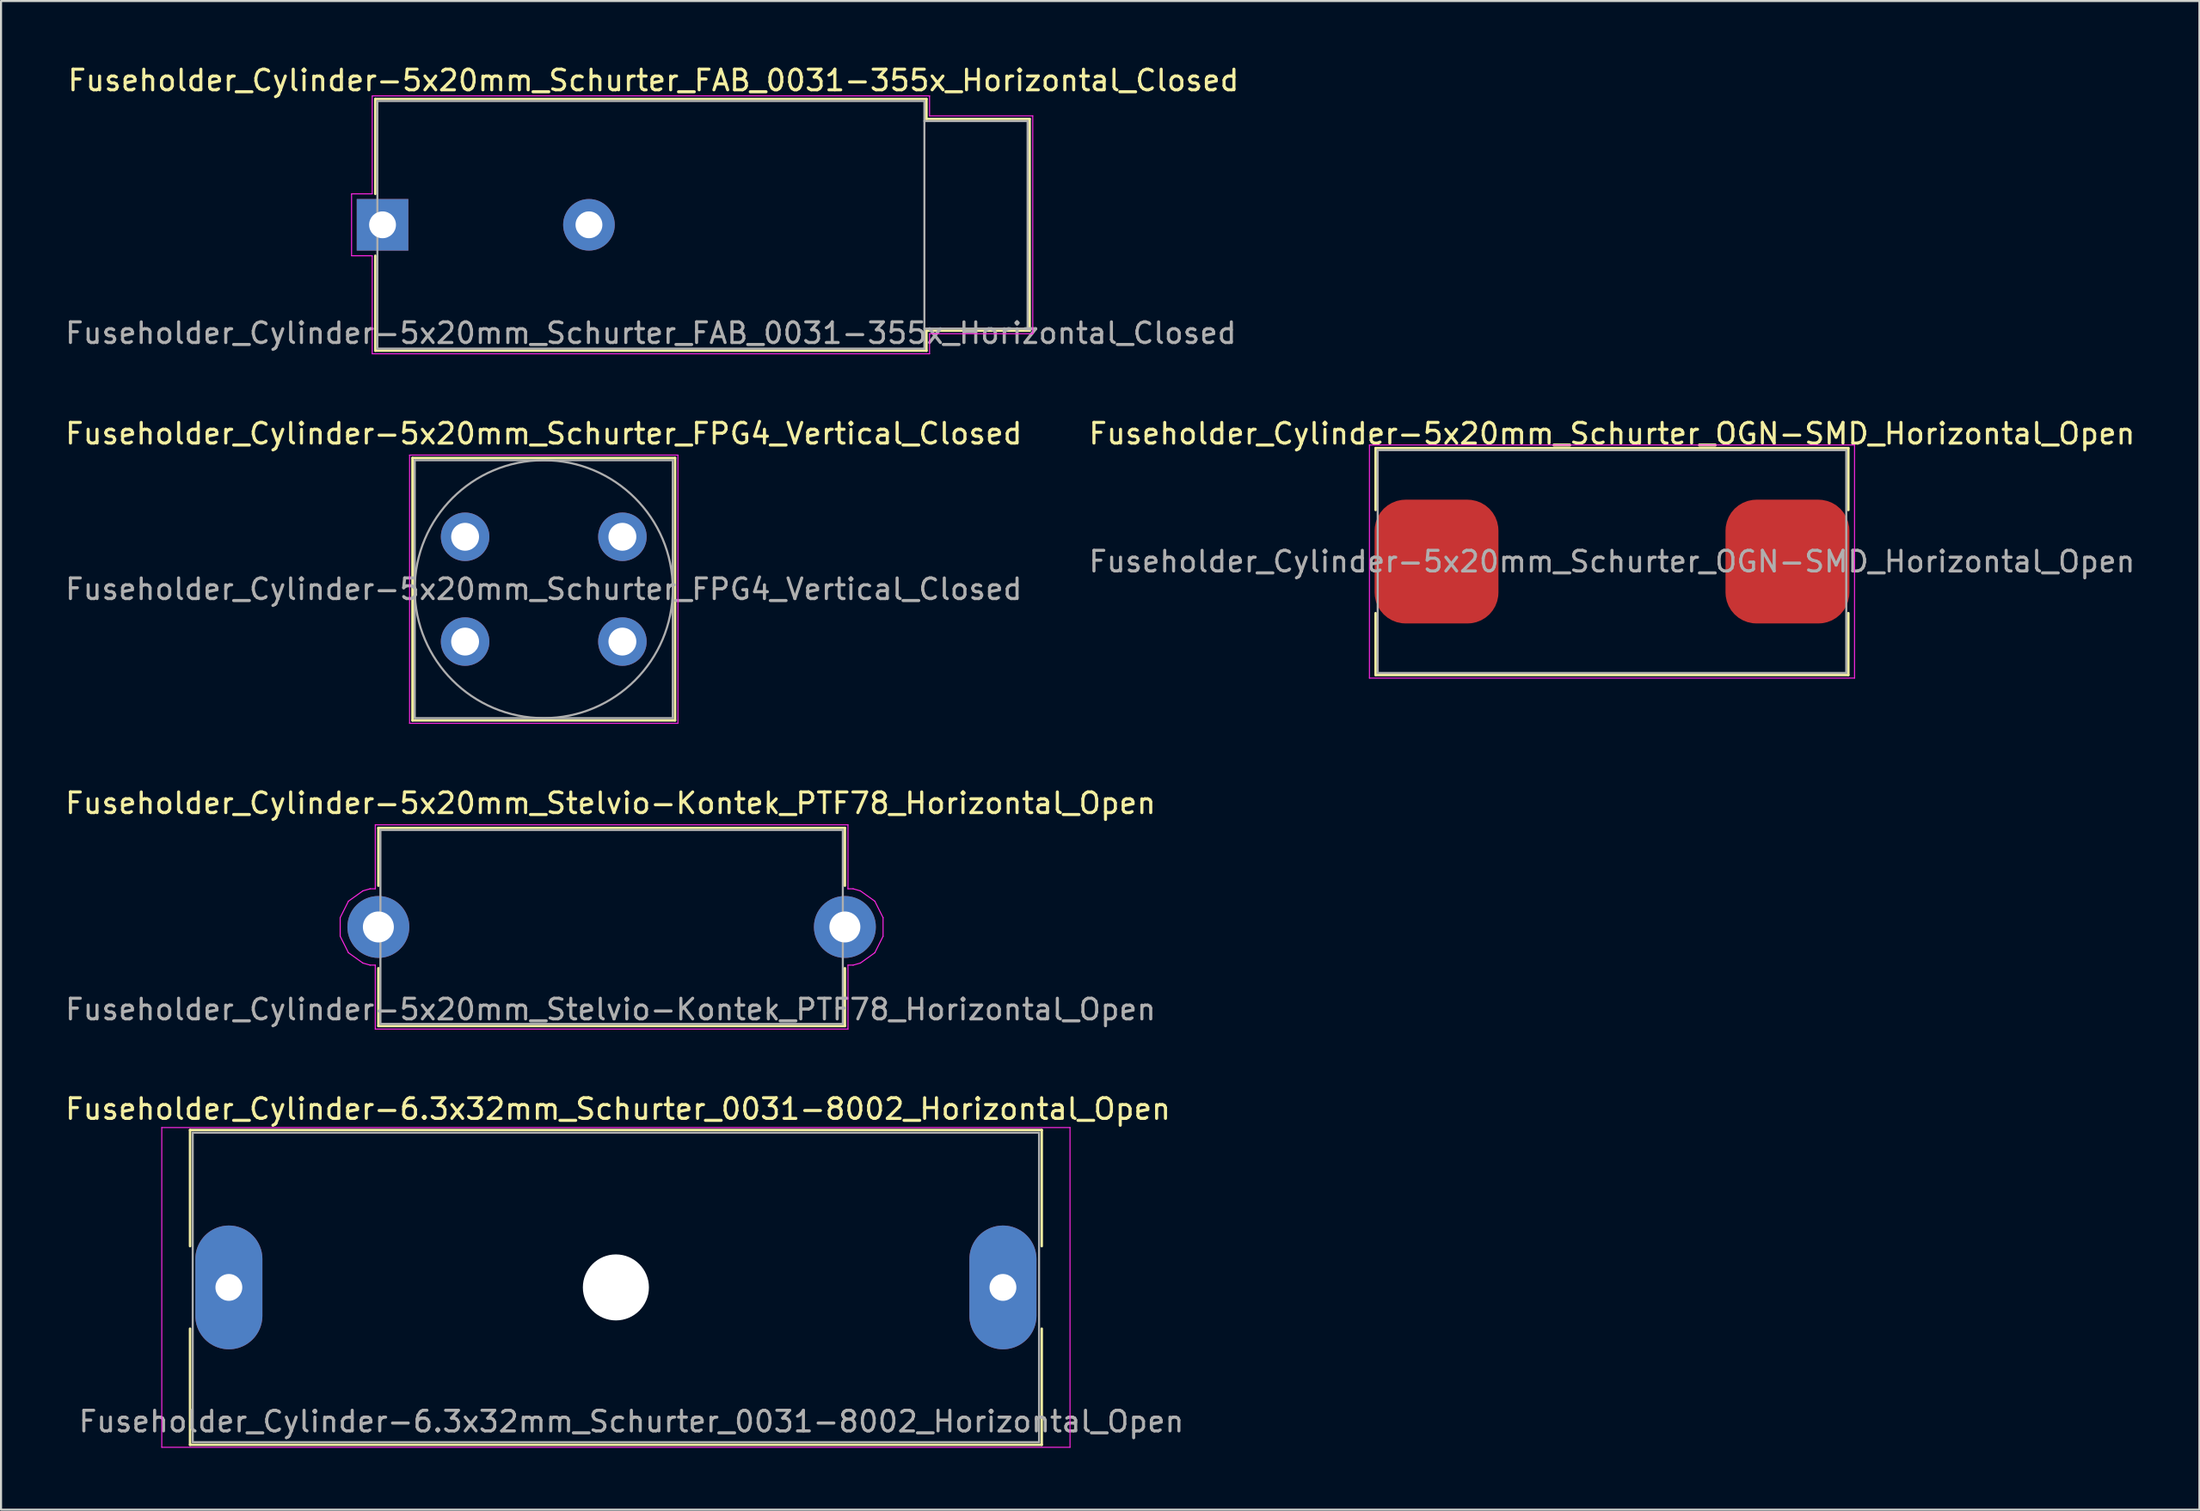
<source format=kicad_pcb>
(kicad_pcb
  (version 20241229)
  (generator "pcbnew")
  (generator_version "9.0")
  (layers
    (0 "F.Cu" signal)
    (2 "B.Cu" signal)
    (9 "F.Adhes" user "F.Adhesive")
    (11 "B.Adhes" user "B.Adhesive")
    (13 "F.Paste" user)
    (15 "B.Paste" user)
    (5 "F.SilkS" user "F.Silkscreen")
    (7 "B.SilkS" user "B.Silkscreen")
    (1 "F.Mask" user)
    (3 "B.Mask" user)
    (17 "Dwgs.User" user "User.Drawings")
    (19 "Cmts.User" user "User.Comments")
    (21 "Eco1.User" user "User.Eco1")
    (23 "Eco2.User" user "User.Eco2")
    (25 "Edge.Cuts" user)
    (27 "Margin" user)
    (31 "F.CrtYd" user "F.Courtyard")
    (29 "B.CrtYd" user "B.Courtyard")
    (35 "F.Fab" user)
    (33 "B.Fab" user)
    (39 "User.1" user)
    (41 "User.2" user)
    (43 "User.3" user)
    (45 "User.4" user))
  (footprint "Fuseholder_Cylinder-5x20mm_Schurter_OGN-SMD_Horizontal_Open"
    (layer "F.Cu")
    (at 75.042 24.172)
    (property "Reference" "Fuseholder_Cylinder-5x20mm_Schurter_OGN-SMD_Horizontal_Open" (at 0 -6.2 0) (layer "F.SilkS") (effects (font (size 1 1) (thickness 0.15))))
    (attr smd)
    (fp_line (start -11.45 -5.5) (end -11.45 -2.5) (stroke (width 0.12) (type solid)) (layer "F.SilkS"))
    (fp_line (start -11.45 -5.5) (end 11.45 -5.5) (stroke (width 0.12) (type solid)) (layer "F.SilkS"))
    (fp_line (start -11.45 5.5) (end -11.45 2.5) (stroke (width 0.12) (type solid)) (layer "F.SilkS"))
    (fp_line (start -11.45 5.5) (end 11.45 5.5) (stroke (width 0.12) (type solid)) (layer "F.SilkS"))
    (fp_line (start 11.45 -5.5) (end 11.45 -2.5) (stroke (width 0.12) (type solid)) (layer "F.SilkS"))
    (fp_line (start 11.45 5.5) (end 11.45 2.5) (stroke (width 0.12) (type solid)) (layer "F.SilkS"))
    (fp_line (start -11.75 -5.65) (end 11.75 -5.65) (stroke (width 0.05) (type solid)) (layer "F.CrtYd"))
    (fp_line (start -11.75 5.65) (end -11.75 -5.65) (stroke (width 0.05) (type solid)) (layer "F.CrtYd"))
    (fp_line (start 11.75 5.65) (end -11.75 5.65) (stroke (width 0.05) (type solid)) (layer "F.CrtYd"))
    (fp_line (start 11.75 5.65) (end 11.75 -5.65) (stroke (width 0.05) (type solid)) (layer "F.CrtYd"))
    (fp_line (start -11.35 -5.4) (end -11.35 5.4) (stroke (width 0.1) (type solid)) (layer "F.Fab"))
    (fp_line (start -11.35 -5.4) (end 11.35 -5.4) (stroke (width 0.1) (type solid)) (layer "F.Fab"))
    (fp_line (start 11.35 -5.4) (end 11.35 5.4) (stroke (width 0.1) (type solid)) (layer "F.Fab"))
    (fp_line (start 11.35 5.4) (end -11.35 5.4) (stroke (width 0.1) (type solid)) (layer "F.Fab"))
    (fp_text user "${REFERENCE}" (at 0 0 0) (layer "F.Fab") (effects (font (size 1 1) (thickness 0.15))))
    (pad "1" smd roundrect (at -8.5 0) (size 6 6) (layers "F.Cu" "F.Mask" "F.Paste") (roundrect_rratio 0.25))
    (pad "2" smd roundrect (at 8.5 0) (size 6 6) (layers "F.Cu" "F.Mask" "F.Paste") (roundrect_rratio 0.25)))
  (footprint "Fuseholder_Cylinder-5x20mm_Schurter_FPG4_Vertical_Closed"
    (layer "F.Cu")
    (at 19.482 22.971)
    (property "Reference" "Fuseholder_Cylinder-5x20mm_Schurter_FPG4_Vertical_Closed" (at 3.81 -5 0) (layer "F.SilkS") (effects (font (size 1 1) (thickness 0.15))))
    (attr through_hole)
    (fp_line (start -2.55 -3.82) (end 10.17 -3.82) (stroke (width 0.12) (type solid)) (layer "F.SilkS"))
    (fp_line (start -2.55 8.9) (end -2.55 -3.82) (stroke (width 0.12) (type solid)) (layer "F.SilkS"))
    (fp_line (start 10.17 -3.82) (end 10.17 8.9) (stroke (width 0.12) (type solid)) (layer "F.SilkS"))
    (fp_line (start 10.17 8.9) (end -2.55 8.9) (stroke (width 0.12) (type solid)) (layer "F.SilkS"))
    (fp_line (start -2.69 -3.96) (end 10.31 -3.96) (stroke (width 0.05) (type solid)) (layer "F.CrtYd"))
    (fp_line (start -2.69 9.04) (end -2.69 -3.96) (stroke (width 0.05) (type solid)) (layer "F.CrtYd"))
    (fp_line (start 10.31 -3.96) (end 10.31 9.04) (stroke (width 0.05) (type solid)) (layer "F.CrtYd"))
    (fp_line (start 10.31 9.04) (end -2.69 9.04) (stroke (width 0.05) (type solid)) (layer "F.CrtYd"))
    (fp_line (start -2.44 -3.71) (end 10.06 -3.71) (stroke (width 0.1) (type solid)) (layer "F.Fab"))
    (fp_line (start -2.44 8.79) (end -2.44 -3.71) (stroke (width 0.1) (type solid)) (layer "F.Fab"))
    (fp_line (start 10.06 -3.71) (end 10.06 8.79) (stroke (width 0.1) (type solid)) (layer "F.Fab"))
    (fp_line (start 10.06 8.79) (end -2.44 8.79) (stroke (width 0.1) (type solid)) (layer "F.Fab"))
    (fp_circle (center 3.81 2.54) (end 10.06 2.54) (stroke (width 0.1) (type solid)) (fill no) (layer "F.Fab"))
    (fp_text user "${REFERENCE}" (at 3.81 2.54 0) (layer "F.Fab") (effects (font (size 1 1) (thickness 0.15))))
    (pad "1" thru_hole circle (at 0 0) (size 2.35 2.35) (drill 1.35) (layers "*.Cu" "*.Mask"))
    (pad "1" thru_hole circle (at 0 5.08) (size 2.35 2.35) (drill 1.35) (layers "*.Cu" "*.Mask"))
    (pad "2" thru_hole circle (at 7.62 0) (size 2.35 2.35) (drill 1.35) (layers "*.Cu" "*.Mask"))
    (pad "2" thru_hole circle (at 7.62 5.08) (size 2.35 2.35) (drill 1.35) (layers "*.Cu" "*.Mask")))
  (footprint "Fuseholder_Cylinder-5x20mm_Schurter_FAB_0031-355x_Horizontal_Closed"
    (layer "F.Cu")
    (at 15.482 7.848)
    (property "Reference" "Fuseholder_Cylinder-5x20mm_Schurter_FAB_0031-355x_Horizontal_Closed" (at 13.125 -7 0) (layer "F.SilkS") (effects (font (size 1 1) (thickness 0.15))))
    (attr through_hole)
    (fp_line (start -0.35 -6.1) (end -0.35 -1.5) (stroke (width 0.12) (type solid)) (layer "F.SilkS"))
    (fp_line (start -0.35 1.5) (end -0.35 6.1) (stroke (width 0.12) (type solid)) (layer "F.SilkS"))
    (fp_line (start -0.35 6.1) (end 26.35 6.1) (stroke (width 0.12) (type solid)) (layer "F.SilkS"))
    (fp_line (start 26.35 -6.1) (end -0.35 -6.1) (stroke (width 0.12) (type solid)) (layer "F.SilkS"))
    (fp_line (start 26.35 -5.13) (end 26.35 -6.1) (stroke (width 0.12) (type solid)) (layer "F.SilkS"))
    (fp_line (start 26.35 -5.13) (end 31.35 -5.13) (stroke (width 0.12) (type solid)) (layer "F.SilkS"))
    (fp_line (start 26.35 5.13) (end 26.35 6.1) (stroke (width 0.12) (type solid)) (layer "F.SilkS"))
    (fp_line (start 31.35 -5.13) (end 31.35 5.13) (stroke (width 0.12) (type solid)) (layer "F.SilkS"))
    (fp_line (start 31.35 5.13) (end 26.35 5.13) (stroke (width 0.12) (type solid)) (layer "F.SilkS"))
    (fp_line (start -1.5 -1.5) (end -1.5 1.5) (stroke (width 0.05) (type solid)) (layer "F.CrtYd"))
    (fp_line (start -1.5 1.5) (end -0.5 1.5) (stroke (width 0.05) (type solid)) (layer "F.CrtYd"))
    (fp_line (start -0.5 -6.25) (end -0.5 -1.5) (stroke (width 0.05) (type solid)) (layer "F.CrtYd"))
    (fp_line (start -0.5 -6.25) (end 26.5 -6.25) (stroke (width 0.05) (type solid)) (layer "F.CrtYd"))
    (fp_line (start -0.5 -1.5) (end -1.5 -1.5) (stroke (width 0.05) (type solid)) (layer "F.CrtYd"))
    (fp_line (start -0.5 1.5) (end -0.5 6.25) (stroke (width 0.05) (type solid)) (layer "F.CrtYd"))
    (fp_line (start 26.5 -6.25) (end 26.5 -5.28) (stroke (width 0.05) (type solid)) (layer "F.CrtYd"))
    (fp_line (start 26.5 5.28) (end 26.5 6.25) (stroke (width 0.05) (type solid)) (layer "F.CrtYd"))
    (fp_line (start 26.5 5.28) (end 31.5 5.28) (stroke (width 0.05) (type solid)) (layer "F.CrtYd"))
    (fp_line (start 26.5 6.25) (end -0.5 6.25) (stroke (width 0.05) (type solid)) (layer "F.CrtYd"))
    (fp_line (start 31.5 -5.28) (end 26.5 -5.28) (stroke (width 0.05) (type solid)) (layer "F.CrtYd"))
    (fp_line (start 31.5 5.28) (end 31.5 -5.28) (stroke (width 0.05) (type solid)) (layer "F.CrtYd"))
    (fp_line (start -0.25 -6) (end 26.25 -6) (stroke (width 0.1) (type solid)) (layer "F.Fab"))
    (fp_line (start -0.25 6) (end -0.25 -6) (stroke (width 0.1) (type solid)) (layer "F.Fab"))
    (fp_line (start 26.25 -6) (end 26.25 6) (stroke (width 0.1) (type solid)) (layer "F.Fab"))
    (fp_line (start 26.25 -5.03) (end 31.25 -5.03) (stroke (width 0.1) (type solid)) (layer "F.Fab"))
    (fp_line (start 26.25 6) (end -0.25 6) (stroke (width 0.1) (type solid)) (layer "F.Fab"))
    (fp_line (start 31.25 -5.03) (end 31.25 5.03) (stroke (width 0.1) (type solid)) (layer "F.Fab"))
    (fp_line (start 31.25 5.03) (end 26.25 5.03) (stroke (width 0.1) (type solid)) (layer "F.Fab"))
    (fp_text user "${REFERENCE}" (at 13 5.25 0) (layer "F.Fab") (effects (font (size 1 1) (thickness 0.15))))
    (pad "1" thru_hole rect (at 0 0) (size 2.5 2.5) (drill 1.3) (layers "*.Cu" "*.Mask"))
    (pad "2" thru_hole circle (at 10 0) (size 2.5 2.5) (drill 1.3) (layers "*.Cu" "*.Mask")))
  (footprint "Fuseholder_Cylinder-6.3x32mm_Schurter_0031-8002_Horizontal_Open"
    (layer "F.Cu")
    (at 8.037 59.358)
    (property "Reference" "Fuseholder_Cylinder-6.3x32mm_Schurter_0031-8002_Horizontal_Open" (at 18.85 -8.65 0) (layer "F.SilkS") (effects (font (size 1 1) (thickness 0.15))))
    (attr through_hole)
    (fp_line (start -1.88 -7.63) (end -1.88 -2) (stroke (width 0.12) (type solid)) (layer "F.SilkS"))
    (fp_line (start -1.88 -7.63) (end 39.38 -7.63) (stroke (width 0.12) (type solid)) (layer "F.SilkS"))
    (fp_line (start -1.88 2) (end -1.88 7.63) (stroke (width 0.12) (type solid)) (layer "F.SilkS"))
    (fp_line (start 39.38 -7.63) (end 39.38 -2) (stroke (width 0.12) (type solid)) (layer "F.SilkS"))
    (fp_line (start 39.38 2) (end 39.38 7.63) (stroke (width 0.12) (type solid)) (layer "F.SilkS"))
    (fp_line (start 39.38 7.63) (end -1.88 7.63) (stroke (width 0.12) (type solid)) (layer "F.SilkS"))
    (fp_line (start -3.25 -7.75) (end -3.25 7.75) (stroke (width 0.05) (type solid)) (layer "F.CrtYd"))
    (fp_line (start -3.25 -7.75) (end 40.75 -7.75) (stroke (width 0.05) (type solid)) (layer "F.CrtYd"))
    (fp_line (start 40.75 7.75) (end -3.25 7.75) (stroke (width 0.05) (type solid)) (layer "F.CrtYd"))
    (fp_line (start 40.75 7.75) (end 40.75 -7.75) (stroke (width 0.05) (type solid)) (layer "F.CrtYd"))
    (fp_line (start -1.75 -7.5) (end -1.75 7.5) (stroke (width 0.1) (type solid)) (layer "F.Fab"))
    (fp_line (start -1.75 7.5) (end 39.25 7.5) (stroke (width 0.1) (type solid)) (layer "F.Fab"))
    (fp_line (start 39.25 -7.5) (end -1.75 -7.5) (stroke (width 0.1) (type solid)) (layer "F.Fab"))
    (fp_line (start 39.25 7.5) (end 39.25 -7.5) (stroke (width 0.1) (type solid)) (layer "F.Fab"))
    (fp_text user "${REFERENCE}" (at 19.5 6.5 0) (layer "F.Fab") (effects (font (size 1 1) (thickness 0.15))))
    (pad "" np_thru_hole circle (at 18.75 0) (size 3.2 3.2) (drill 3.2) (layers "*.Cu" "*.Mask"))
    (pad "1" thru_hole oval (at 0 0) (size 3.25 6) (drill 1.3) (layers "*.Cu" "*.Mask"))
    (pad "2" thru_hole oval (at 37.5 0) (size 3.25 6) (drill 1.3) (layers "*.Cu" "*.Mask")))
  (footprint "Fuseholder_Cylinder-5x20mm_Stelvio-Kontek_PTF78_Horizontal_Open"
    (layer "F.Cu")
    (at 15.28 41.885)
    (property "Reference" "Fuseholder_Cylinder-5x20mm_Stelvio-Kontek_PTF78_Horizontal_Open" (at 11.25 -6 0) (layer "F.SilkS") (effects (font (size 1 1) (thickness 0.15))))
    (attr through_hole)
    (fp_line (start 0 -4.8) (end 22.6 -4.8) (stroke (width 0.12) (type solid)) (layer "F.SilkS"))
    (fp_line (start 0 -2) (end 0 -4.8) (stroke (width 0.12) (type solid)) (layer "F.SilkS"))
    (fp_line (start 0 4.8) (end 0 2) (stroke (width 0.12) (type solid)) (layer "F.SilkS"))
    (fp_line (start 0 4.8) (end 22.6 4.8) (stroke (width 0.12) (type solid)) (layer "F.SilkS"))
    (fp_line (start 22.6 -2) (end 22.6 -4.8) (stroke (width 0.12) (type solid)) (layer "F.SilkS"))
    (fp_line (start 22.6 4.8) (end 22.6 2) (stroke (width 0.12) (type solid)) (layer "F.SilkS"))
    (fp_line (start -1.85 -0.45) (end -1.85 0.45) (stroke (width 0.05) (type solid)) (layer "F.CrtYd"))
    (fp_line (start -1.85 -0.45) (end -1.45 -1.25) (stroke (width 0.05) (type solid)) (layer "F.CrtYd"))
    (fp_line (start -1.45 1.25) (end -1.85 0.45) (stroke (width 0.05) (type solid)) (layer "F.CrtYd"))
    (fp_line (start -1.45 1.25) (end -0.75 1.75) (stroke (width 0.05) (type solid)) (layer "F.CrtYd"))
    (fp_line (start -0.75 -1.75) (end -1.45 -1.25) (stroke (width 0.05) (type solid)) (layer "F.CrtYd"))
    (fp_line (start -0.75 1.75) (end -0.4 1.85) (stroke (width 0.05) (type solid)) (layer "F.CrtYd"))
    (fp_line (start -0.4 -1.85) (end -0.75 -1.75) (stroke (width 0.05) (type solid)) (layer "F.CrtYd"))
    (fp_line (start -0.4 1.85) (end -0.15 1.85) (stroke (width 0.05) (type solid)) (layer "F.CrtYd"))
    (fp_line (start -0.15 -4.95) (end 22.75 -4.95) (stroke (width 0.05) (type solid)) (layer "F.CrtYd"))
    (fp_line (start -0.15 -1.85) (end -0.4 -1.85) (stroke (width 0.05) (type solid)) (layer "F.CrtYd"))
    (fp_line (start -0.15 -1.85) (end -0.15 -4.95) (stroke (width 0.05) (type solid)) (layer "F.CrtYd"))
    (fp_line (start -0.15 4.95) (end -0.15 1.85) (stroke (width 0.05) (type solid)) (layer "F.CrtYd"))
    (fp_line (start 22.75 -1.85) (end 22.75 -4.95) (stroke (width 0.05) (type solid)) (layer "F.CrtYd"))
    (fp_line (start 22.75 -1.85) (end 23 -1.85) (stroke (width 0.05) (type solid)) (layer "F.CrtYd"))
    (fp_line (start 22.75 1.85) (end 22.75 4.95) (stroke (width 0.05) (type solid)) (layer "F.CrtYd"))
    (fp_line (start 22.75 1.85) (end 23 1.85) (stroke (width 0.05) (type solid)) (layer "F.CrtYd"))
    (fp_line (start 22.75 4.95) (end -0.15 4.95) (stroke (width 0.05) (type solid)) (layer "F.CrtYd"))
    (fp_line (start 23 1.85) (end 23.35 1.75) (stroke (width 0.05) (type solid)) (layer "F.CrtYd"))
    (fp_line (start 23.35 -1.75) (end 23 -1.85) (stroke (width 0.05) (type solid)) (layer "F.CrtYd"))
    (fp_line (start 23.35 1.75) (end 24.05 1.25) (stroke (width 0.05) (type solid)) (layer "F.CrtYd"))
    (fp_line (start 24.05 -1.25) (end 23.35 -1.75) (stroke (width 0.05) (type solid)) (layer "F.CrtYd"))
    (fp_line (start 24.05 1.25) (end 24.45 0.45) (stroke (width 0.05) (type solid)) (layer "F.CrtYd"))
    (fp_line (start 24.45 -0.45) (end 24.05 -1.25) (stroke (width 0.05) (type solid)) (layer "F.CrtYd"))
    (fp_line (start 24.45 0.45) (end 24.45 -0.45) (stroke (width 0.05) (type solid)) (layer "F.CrtYd"))
    (fp_line (start 0.1 -4.7) (end 0.1 4.7) (stroke (width 0.1) (type solid)) (layer "F.Fab"))
    (fp_line (start 0.1 4.7) (end 22.5 4.7) (stroke (width 0.1) (type solid)) (layer "F.Fab"))
    (fp_line (start 22.5 -4.7) (end 0.1 -4.7) (stroke (width 0.1) (type solid)) (layer "F.Fab"))
    (fp_line (start 22.5 4.7) (end 22.5 -4.7) (stroke (width 0.1) (type solid)) (layer "F.Fab"))
    (fp_text user "${REFERENCE}" (at 11.25 4 0) (layer "F.Fab") (effects (font (size 1 1) (thickness 0.15))))
    (pad "1" thru_hole circle (at 0 0) (size 3 3) (drill 1.5) (layers "*.Cu" "*.Mask"))
    (pad "2" thru_hole circle (at 22.6 0) (size 3 3) (drill 1.5) (layers "*.Cu" "*.Mask")))
  (gr_rect
    (start -3 -3)
    (end 103.5 70.133)
    (stroke (width 0.1) (type default))
    (fill no)
    (layer "Edge.Cuts")))
</source>
